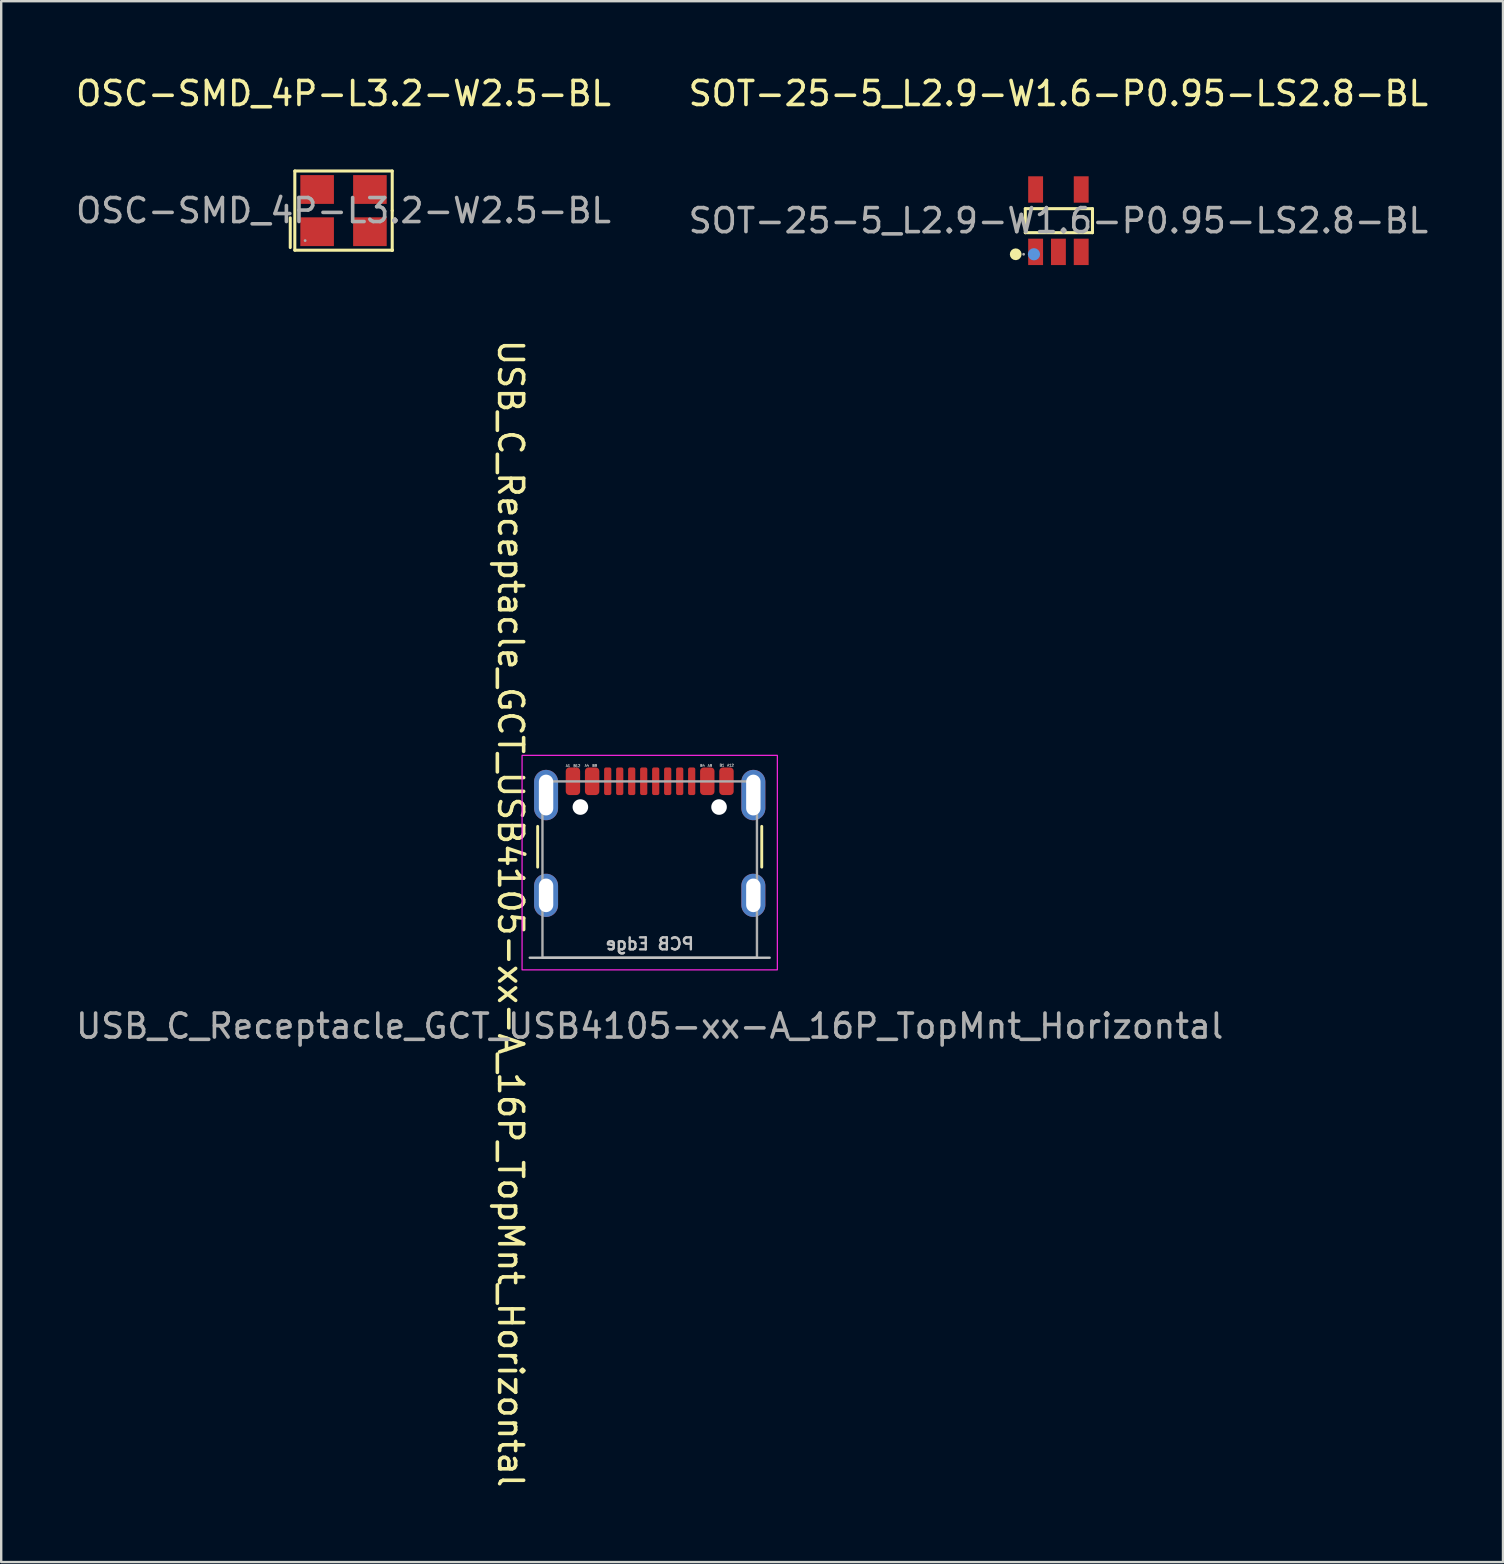
<source format=kicad_pcb>
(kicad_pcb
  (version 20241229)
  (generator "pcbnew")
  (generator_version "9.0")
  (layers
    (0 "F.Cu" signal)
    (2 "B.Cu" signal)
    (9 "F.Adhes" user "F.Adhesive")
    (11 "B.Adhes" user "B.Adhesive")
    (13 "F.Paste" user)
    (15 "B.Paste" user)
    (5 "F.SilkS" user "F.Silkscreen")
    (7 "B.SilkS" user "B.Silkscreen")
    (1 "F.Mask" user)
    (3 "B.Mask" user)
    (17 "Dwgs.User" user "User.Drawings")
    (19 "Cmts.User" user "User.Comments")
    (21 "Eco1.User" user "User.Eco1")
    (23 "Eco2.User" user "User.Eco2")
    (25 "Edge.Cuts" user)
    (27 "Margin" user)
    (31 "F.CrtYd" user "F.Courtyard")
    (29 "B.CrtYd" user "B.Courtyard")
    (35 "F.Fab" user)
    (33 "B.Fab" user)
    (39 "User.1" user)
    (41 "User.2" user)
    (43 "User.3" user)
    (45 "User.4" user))
  (footprint "OSC-SMD_4P-L3.2-W2.5-BL"
    (layer "F.Cu")
    (at 11.268 5.728)
    (property "Reference" "OSC-SMD_4P-L3.2-W2.5-BL" (at 0 -4.88 0) (layer "F.SilkS") (effects (font (size 1 1) (thickness 0.15))))
    (attr smd)
    (fp_line (start -2.22 0.3) (end -2.22 1.54) (stroke (width 0.127) (type default)) (layer "F.SilkS"))
    (fp_line (start -2.03 -1.65) (end 2.03 -1.65) (stroke (width 0.127) (type solid)) (layer "F.SilkS"))
    (fp_line (start -2.03 1.65) (end -2.03 -1.65) (stroke (width 0.127) (type solid)) (layer "F.SilkS"))
    (fp_line (start 2.03 -1.65) (end 2.03 0) (stroke (width 0.127) (type solid)) (layer "F.SilkS"))
    (fp_line (start 2.03 0) (end 2.03 1.65) (stroke (width 0.127) (type solid)) (layer "F.SilkS"))
    (fp_line (start 2.03 1.65) (end -2.03 1.65) (stroke (width 0.127) (type solid)) (layer "F.SilkS"))
    (fp_line (start 2.03 1.65) (end 2.03 1.65) (stroke (width 0.15) (type solid)) (layer "F.SilkS"))
    (fp_circle (center -1.6 1.25) (end -1.57 1.25) (stroke (width 0.06) (type solid)) (fill no) (layer "F.Fab"))
    (fp_text user "${REFERENCE}" (at 0 0 0) (layer "F.Fab") (effects (font (size 1 1) (thickness 0.15))))
    (pad "1" smd rect (at -1.1 0.88) (size 1.4 1.2) (layers "F.Cu" "F.Mask" "F.Paste"))
    (pad "2" smd rect (at 1.1 0.88) (size 1.4 1.2) (layers "F.Cu" "F.Mask" "F.Paste"))
    (pad "3" smd rect (at 1.1 -0.88) (size 1.4 1.2) (layers "F.Cu" "F.Mask" "F.Paste"))
    (pad "4" smd rect (at -1.1 -0.88) (size 1.4 1.2) (layers "F.Cu" "F.Mask" "F.Paste")))
  (footprint "SOT-25-5_L2.9-W1.6-P0.95-LS2.8-BL"
    (layer "F.Cu")
    (at 41.065 6.148)
    (property "Reference" "SOT-25-5_L2.9-W1.6-P0.95-LS2.8-BL" (at 0 -5.3 0) (layer "F.SilkS") (effects (font (size 1 1) (thickness 0.15))))
    (attr smd)
    (fp_line (start -1.38 -0.5) (end 1.42 -0.5) (stroke (width 0.127) (type solid)) (layer "F.SilkS"))
    (fp_line (start -1.38 0.5) (end -1.38 -0.5) (stroke (width 0.127) (type solid)) (layer "F.SilkS"))
    (fp_line (start 1.42 -0.5) (end 1.42 0.5) (stroke (width 0.127) (type solid)) (layer "F.SilkS"))
    (fp_line (start 1.42 0.5) (end -1.38 0.5) (stroke (width 0.127) (type solid)) (layer "F.SilkS"))
    (fp_arc (start -1.780034 1.520416) (mid -1.784987 1.279687) (end -1.77 1.52) (stroke (width 0.25) (type solid)) (layer "F.SilkS"))
    (fp_circle (center -1.02 1.4) (end -0.89 1.4) (stroke (width 0.25) (type solid)) (fill no) (layer "Cmts.User"))
    (fp_circle (center -1.45 1.4) (end -1.42 1.4) (stroke (width 0.06) (type solid)) (fill no) (layer "F.Fab"))
    (fp_text user "${REFERENCE}" (at 0 0 0) (layer "F.Fab") (effects (font (size 1 1) (thickness 0.15))))
    (pad "1" smd rect (at -0.95 1.3) (size 0.62 1.1) (layers "F.Cu" "F.Mask" "F.Paste"))
    (pad "2" smd rect (at 0 1.3) (size 0.62 1.1) (layers "F.Cu" "F.Mask" "F.Paste"))
    (pad "3" smd rect (at 0.95 1.3) (size 0.62 1.1) (layers "F.Cu" "F.Mask" "F.Paste"))
    (pad "4" smd rect (at 0.95 -1.3) (size 0.62 1.1) (layers "F.Cu" "F.Mask" "F.Paste"))
    (pad "5" smd rect (at -0.95 -1.3) (size 0.62 1.1) (layers "F.Cu" "F.Mask" "F.Paste")))
  (footprint "USB_C_Receptacle_GCT_USB4105-xx-A_16P_TopMnt_Horizontal"
    (layer "F.Cu")
    (at 24.03 33.193)
    (property "Reference" "USB_C_Receptacle_GCT_USB4105-xx-A_16P_TopMnt_Horizontal" (at -5.8 1.835 270) (unlocked yes) (layer "F.SilkS") (effects (font (size 1 1) (thickness 0.15))))
    (fp_line (start -4.67 -1.8) (end -4.67 -0.1) (stroke (width 0.12) (type solid)) (layer "F.SilkS"))
    (fp_line (start 4.67 -1.8) (end 4.67 -0.1) (stroke (width 0.12) (type solid)) (layer "F.SilkS"))
    (fp_line (start -5 3.675) (end 5 3.675) (stroke (width 0.1) (type solid)) (layer "Dwgs.User"))
    (fp_rect (start 5.32 4.18) (end -5.32 -4.76) (stroke (width 0.05) (type solid)) (fill no) (layer "F.CrtYd"))
    (fp_rect (start 4.47 3.675) (end -4.47 -3.675) (stroke (width 0.1) (type solid)) (fill no) (layer "F.Fab"))
    (fp_text user "PCB Edge" (at 0 3.1 0) (unlocked yes) (layer "Dwgs.User") (effects (font (size 0.5 0.5) (thickness 0.1)) (justify mirror)))
    (fp_text user "A4" (at -2.725 -4.275 0) (unlocked yes) (layer "F.Fab") (effects (font (size 0.1 0.1) (thickness 0.025)) (justify left bottom)))
    (fp_text user "A12" (at 3.21 -4.285 0) (unlocked yes) (layer "F.Fab") (effects (font (size 0.1 0.1) (thickness 0.025)) (justify left bottom)))
    (fp_text user "B4" (at 2.085 -4.275 0) (unlocked yes) (layer "F.Fab") (effects (font (size 0.1 0.1) (thickness 0.025)) (justify left bottom)))
    (fp_text user "B1" (at 2.896 -4.287 0) (unlocked yes) (layer "F.Fab") (effects (font (size 0.1 0.1) (thickness 0.025)) (justify left bottom)))
    (fp_text user "A9" (at 2.399 -4.273 0) (unlocked yes) (layer "F.Fab") (effects (font (size 0.1 0.1) (thickness 0.025)) (justify left bottom)))
    (fp_text user "B12" (at -3.2 -4.265 0) (unlocked yes) (layer "F.Fab") (effects (font (size 0.1 0.1) (thickness 0.025)) (justify left bottom)))
    (fp_text user "B9" (at -2.411 -4.273 0) (unlocked yes) (layer "F.Fab") (effects (font (size 0.1 0.1) (thickness 0.025)) (justify left bottom)))
    (fp_text user "A1" (at -3.514 -4.267 0) (unlocked yes) (layer "F.Fab") (effects (font (size 0.1 0.1) (thickness 0.025)) (justify left bottom)))
    (fp_text user "${REFERENCE}" (at 0 6.526 0) (unlocked yes) (layer "F.Fab") (effects (font (size 1 1) (thickness 0.15))))
    (pad "" np_thru_hole circle (at -2.89 -2.605) (size 0.65 0.65) (drill 0.65) (layers "*.Cu" "*.Mask"))
    (pad "" np_thru_hole circle (at 2.89 -2.605) (size 0.65 0.65) (drill 0.65) (layers "*.Cu" "*.Mask"))
    (pad "A1B12" smd roundrect (at -3.2 -3.68) (size 0.6 1.15) (layers "F.Cu" "F.Mask" "F.Paste") (roundrect_rratio 0.25))
    (pad "A4B9" smd roundrect (at -2.4 -3.68) (size 0.6 1.15) (layers "F.Cu" "F.Mask" "F.Paste") (roundrect_rratio 0.25))
    (pad "A5" smd roundrect (at -1.25 -3.68) (size 0.3 1.15) (layers "F.Cu" "F.Mask" "F.Paste") (roundrect_rratio 0.25))
    (pad "A6" smd roundrect (at -0.25 -3.68) (size 0.3 1.15) (layers "F.Cu" "F.Mask" "F.Paste") (roundrect_rratio 0.25))
    (pad "A7" smd roundrect (at 0.25 -3.68) (size 0.3 1.15) (layers "F.Cu" "F.Mask" "F.Paste") (roundrect_rratio 0.25))
    (pad "A8" smd roundrect (at 1.25 -3.68) (size 0.3 1.15) (layers "F.Cu" "F.Mask" "F.Paste") (roundrect_rratio 0.25))
    (pad "B1A12" smd roundrect (at 3.2 -3.68) (size 0.6 1.15) (layers "F.Cu" "F.Mask" "F.Paste") (roundrect_rratio 0.25))
    (pad "B4A9" smd roundrect (at 2.4 -3.68) (size 0.6 1.15) (layers "F.Cu" "F.Mask" "F.Paste") (roundrect_rratio 0.25))
    (pad "B5" smd roundrect (at 1.75 -3.68) (size 0.3 1.15) (layers "F.Cu" "F.Mask" "F.Paste") (roundrect_rratio 0.25))
    (pad "B6" smd roundrect (at 0.75 -3.68) (size 0.3 1.15) (layers "F.Cu" "F.Mask" "F.Paste") (roundrect_rratio 0.25))
    (pad "B7" smd roundrect (at -0.75 -3.68) (size 0.3 1.15) (layers "F.Cu" "F.Mask" "F.Paste") (roundrect_rratio 0.25))
    (pad "B8" smd roundrect (at -1.75 -3.68) (size 0.3 1.15) (layers "F.Cu" "F.Mask" "F.Paste") (roundrect_rratio 0.25))
    (pad "S1" thru_hole oval (at -4.32 -3.105) (size 1 2.1) (drill oval 0.6 1.7) (layers "*.Cu" "*.Mask" "F.Paste"))
    (pad "S1" thru_hole oval (at -4.32 1.075) (size 1 1.8) (drill oval 0.6 1.4) (layers "*.Cu" "*.Mask" "F.Paste"))
    (pad "S1" thru_hole oval (at 4.32 -3.105) (size 1 2.1) (drill oval 0.6 1.7) (layers "*.Cu" "*.Mask" "F.Paste"))
    (pad "S1" thru_hole oval (at 4.32 1.075) (size 1 1.8) (drill oval 0.6 1.4) (layers "*.Cu" "*.Mask" "F.Paste")))
  (gr_rect
    (start -3 -3)
    (end 59.595 62.058)
    (stroke (width 0.1) (type default))
    (fill no)
    (layer "Edge.Cuts")))
</source>
